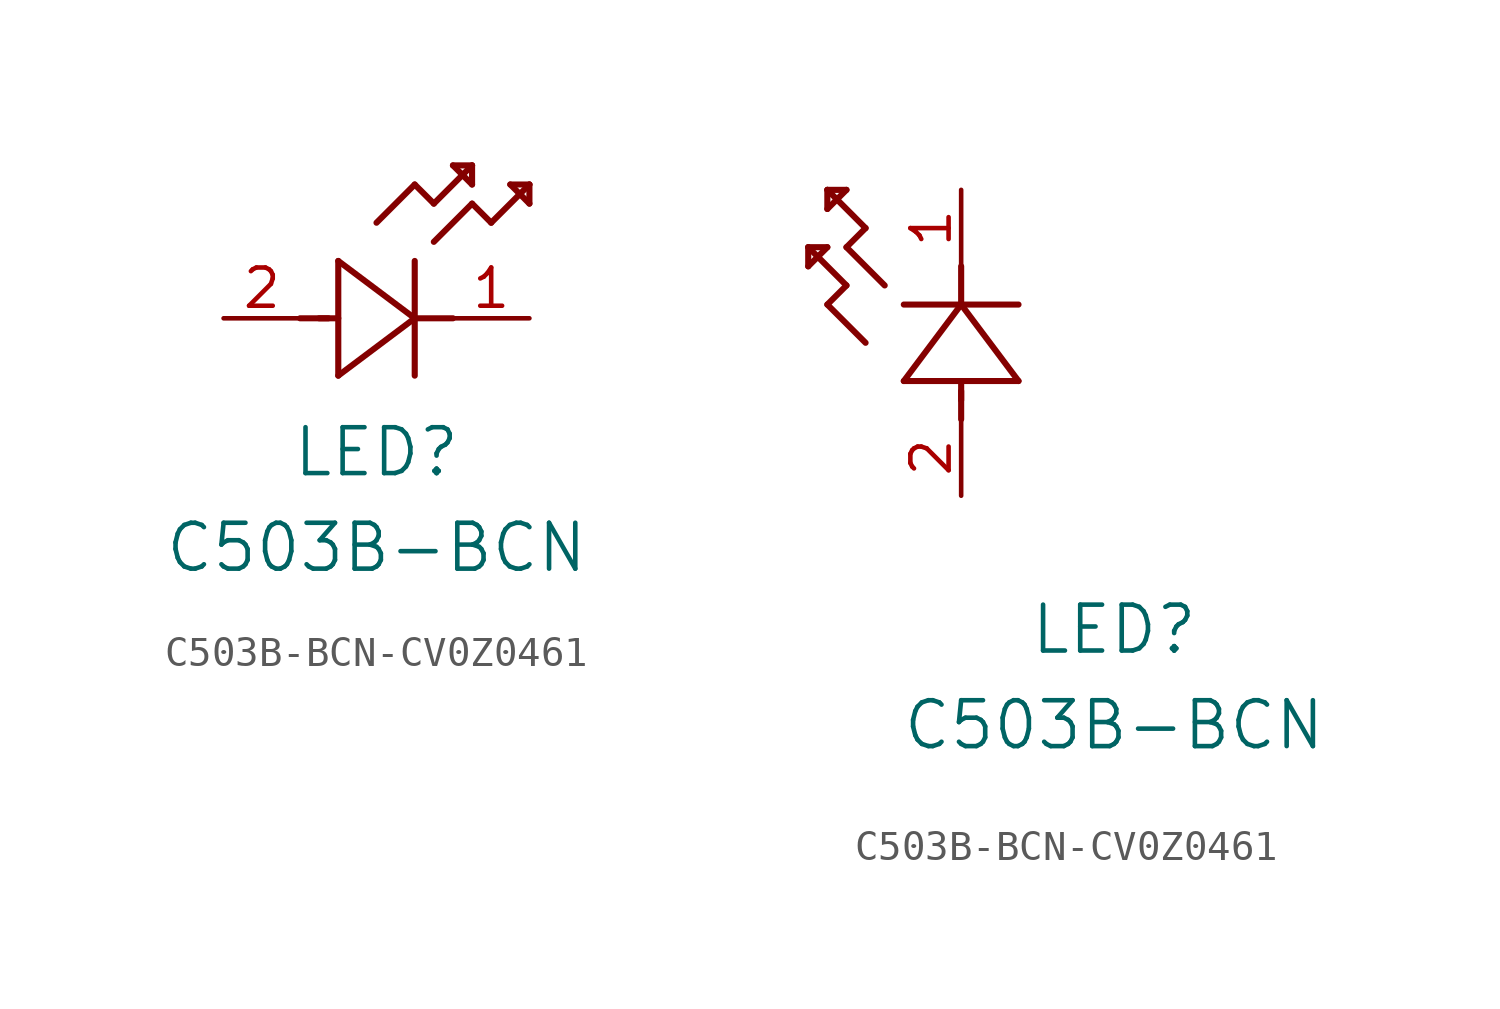
<source format=kicad_sym>
(kicad_symbol_lib
  (version 20220914)
  (generator kicad_symbol_editor)
  (symbol "C503B-BCN-CV0Z0461"
    (pin_names
      (offset 0.254))
    (property "Reference" "LED"
      (at 5.08 -4.445 0)
      (effects (font (size 1.524 1.524))))
    (property "Value" "C503B-BCN"
      (at 5.08 -7.62 0)
      (effects (font (size 1.524 1.524))))
    (symbol "C503B-BCN-CV0Z0461_1_1"
      (polyline (pts (xy 2.54 0) (xy 3.48 0)) (stroke (width 0.203) (type default)) (fill (type none)))
      (polyline (pts (xy 3.175 0) (xy 3.81 0)) (stroke (width 0.203) (type default)) (fill (type none)))
      (polyline (pts (xy 3.81 -1.905) (xy 6.35 0)) (stroke (width 0.203) (type default)) (fill (type none)))
      (polyline (pts (xy 3.81 1.905) (xy 3.81 -1.905)) (stroke (width 0.203) (type default)) (fill (type none)))
      (polyline (pts (xy 5.08 3.175) (xy 6.35 4.445)) (stroke (width 0.203) (type default)) (fill (type none)))
      (polyline (pts (xy 6.35 -1.905) (xy 6.35 1.905)) (stroke (width 0.203) (type default)) (fill (type none)))
      (polyline (pts (xy 6.35 0) (xy 3.81 1.905)) (stroke (width 0.203) (type default)) (fill (type none)))
      (polyline (pts (xy 6.35 0) (xy 7.62 0)) (stroke (width 0.203) (type default)) (fill (type none)))
      (polyline (pts (xy 6.35 4.445) (xy 6.985 3.81)) (stroke (width 0.203) (type default)) (fill (type none)))
      (polyline (pts (xy 6.985 2.54) (xy 8.255 3.81)) (stroke (width 0.203) (type default)) (fill (type none)))
      (polyline (pts (xy 6.985 3.81) (xy 8.255 5.08)) (stroke (width 0.203) (type default)) (fill (type none)))
      (polyline (pts (xy 7.62 5.08) (xy 8.255 4.445)) (stroke (width 0.203) (type default)) (fill (type none)))
      (polyline (pts (xy 8.255 3.81) (xy 8.89 3.175)) (stroke (width 0.203) (type default)) (fill (type none)))
      (polyline (pts (xy 8.255 4.445) (xy 8.255 5.08)) (stroke (width 0.203) (type default)) (fill (type none)))
      (polyline (pts (xy 8.255 5.08) (xy 7.62 5.08)) (stroke (width 0.203) (type default)) (fill (type none)))
      (polyline (pts (xy 8.89 3.175) (xy 10.16 4.445)) (stroke (width 0.203) (type default)) (fill (type none)))
      (polyline (pts (xy 9.525 4.445) (xy 10.16 3.81)) (stroke (width 0.203) (type default)) (fill (type none)))
      (polyline (pts (xy 10.16 3.81) (xy 10.16 4.445)) (stroke (width 0.203) (type default)) (fill (type none)))
      (polyline (pts (xy 10.16 4.445) (xy 9.525 4.445)) (stroke (width 0.203) (type default)) (fill (type none)))
      (pin unspecified line (at 10.16 0 180) (length 2.54) (name "" (effects (font (size 1.27 1.27)))) (number "1" (effects (font (size 1.27 1.27)))))
      (pin unspecified line (at 0 0 0) (length 2.54) (name "" (effects (font (size 1.27 1.27)))) (number "2" (effects (font (size 1.27 1.27))))))
    (symbol "C503B-BCN-CV0Z0461_1_2"
      (polyline (pts (xy -5.08 7.62) (xy -4.445 8.255)) (stroke (width 0.203) (type default)) (fill (type none)))
      (polyline (pts (xy -5.08 8.255) (xy -5.08 7.62)) (stroke (width 0.203) (type default)) (fill (type none)))
      (polyline (pts (xy -4.445 6.35) (xy -3.81 6.985)) (stroke (width 0.203) (type default)) (fill (type none)))
      (polyline (pts (xy -4.445 8.255) (xy -5.08 8.255)) (stroke (width 0.203) (type default)) (fill (type none)))
      (polyline (pts (xy -4.445 9.525) (xy -3.81 10.16)) (stroke (width 0.203) (type default)) (fill (type none)))
      (polyline (pts (xy -4.445 10.16) (xy -4.445 9.525)) (stroke (width 0.203) (type default)) (fill (type none)))
      (polyline (pts (xy -3.81 6.985) (xy -5.08 8.255)) (stroke (width 0.203) (type default)) (fill (type none)))
      (polyline (pts (xy -3.81 8.255) (xy -3.175 8.89)) (stroke (width 0.203) (type default)) (fill (type none)))
      (polyline (pts (xy -3.81 10.16) (xy -4.445 10.16)) (stroke (width 0.203) (type default)) (fill (type none)))
      (polyline (pts (xy -3.175 5.08) (xy -4.445 6.35)) (stroke (width 0.203) (type default)) (fill (type none)))
      (polyline (pts (xy -3.175 8.89) (xy -4.445 10.16)) (stroke (width 0.203) (type default)) (fill (type none)))
      (polyline (pts (xy -2.54 6.985) (xy -3.81 8.255)) (stroke (width 0.203) (type default)) (fill (type none)))
      (polyline (pts (xy -1.905 3.81) (xy 1.905 3.81)) (stroke (width 0.203) (type default)) (fill (type none)))
      (polyline (pts (xy 0 2.54) (xy 0 3.48)) (stroke (width 0.203) (type default)) (fill (type none)))
      (polyline (pts (xy 0 3.175) (xy 0 3.81)) (stroke (width 0.203) (type default)) (fill (type none)))
      (polyline (pts (xy 0 6.35) (xy -1.905 3.81)) (stroke (width 0.203) (type default)) (fill (type none)))
      (polyline (pts (xy 0 6.35) (xy 0 7.62)) (stroke (width 0.203) (type default)) (fill (type none)))
      (polyline (pts (xy 1.905 3.81) (xy 0 6.35)) (stroke (width 0.203) (type default)) (fill (type none)))
      (polyline (pts (xy 1.905 6.35) (xy -1.905 6.35)) (stroke (width 0.203) (type default)) (fill (type none)))
      (pin unspecified line (at 0 10.16 270) (length 2.54) (name "" (effects (font (size 1.27 1.27)))) (number "1" (effects (font (size 1.27 1.27)))))
      (pin unspecified line (at 0 0 90) (length 2.54) (name "" (effects (font (size 1.27 1.27)))) (number "2" (effects (font (size 1.27 1.27))))))))
</source>
